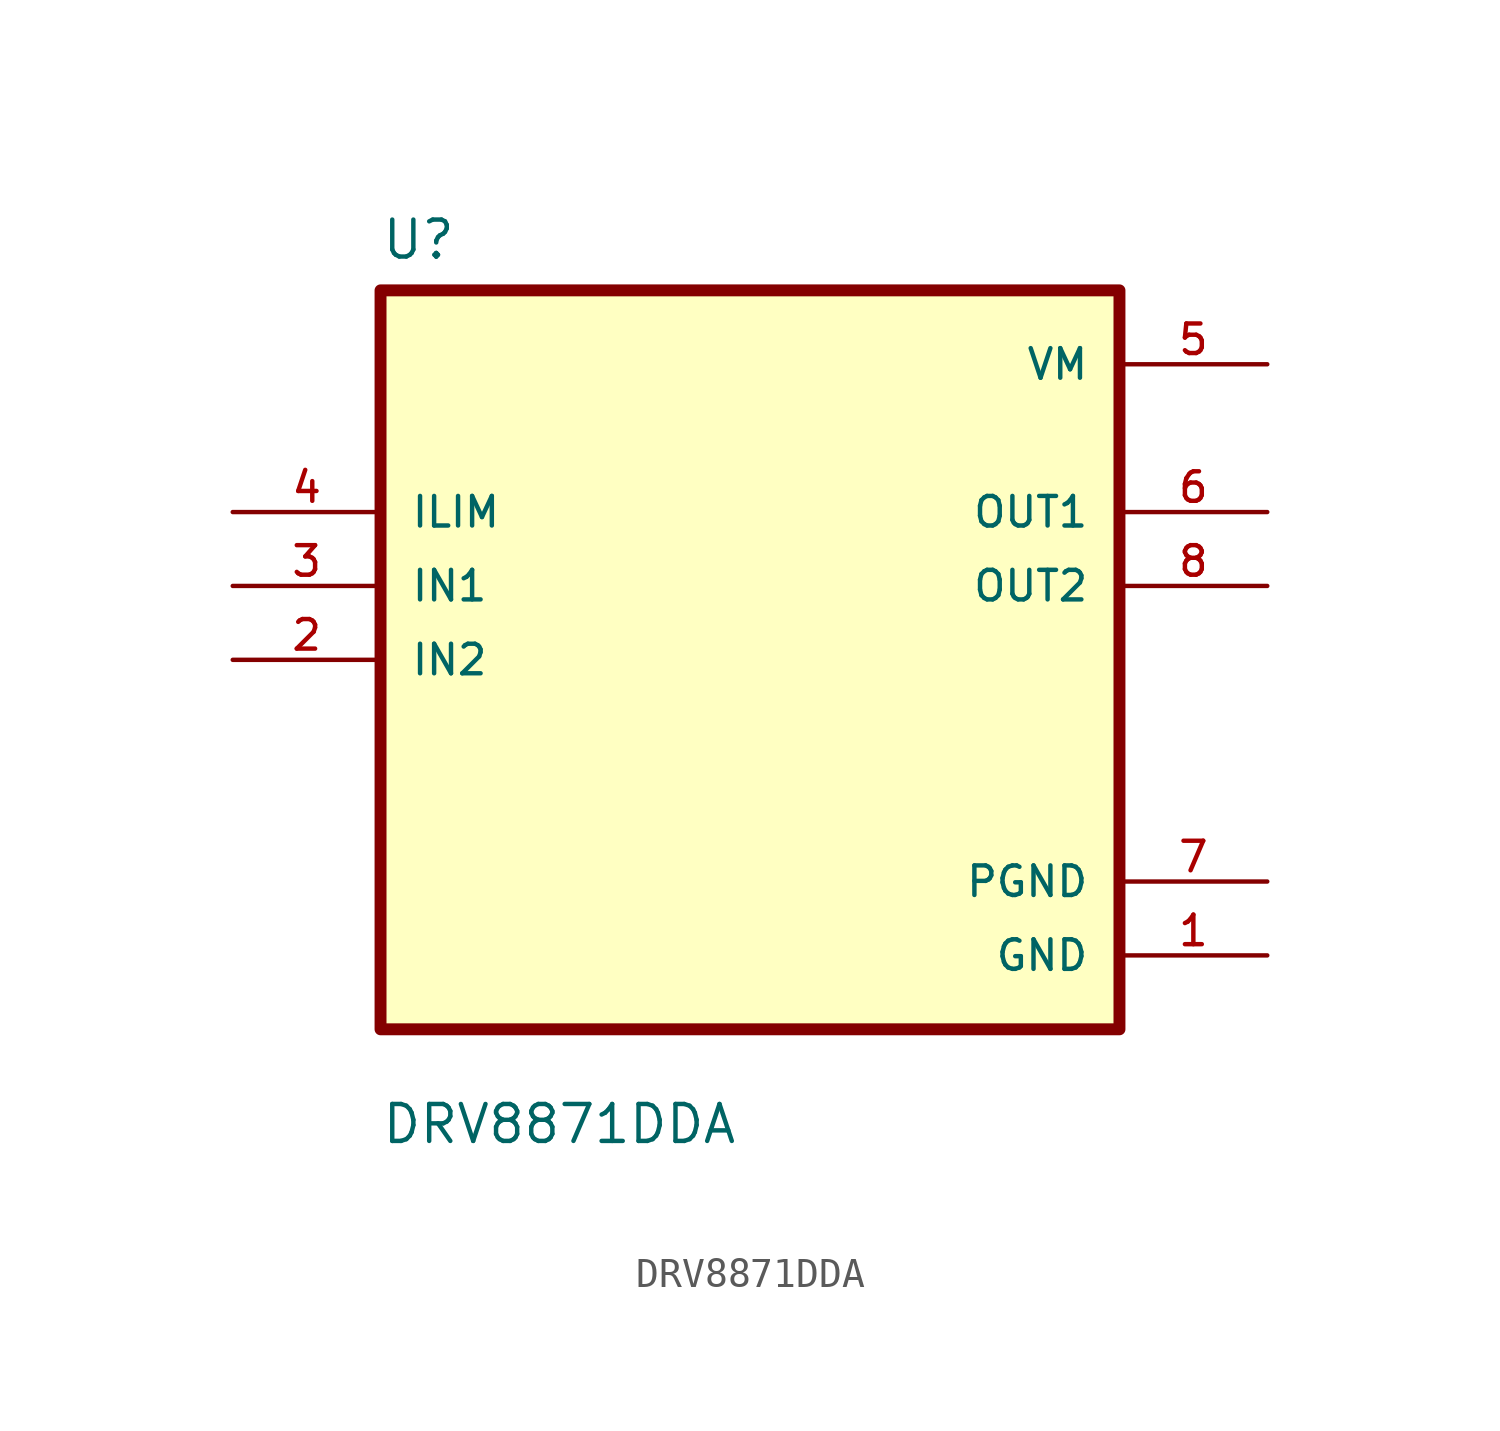
<source format=kicad_sym>
(kicad_symbol_lib
  (version 20211014)
  (generator kicad_symbol_editor)
  (symbol "DRV8871DDA"
    (pin_names
      (offset 1.016))
    (property "Reference" "U"
      (at -12.7 13.7 0.0)
      (effects (font (size 1.27 1.27)) (justify bottom left)))
    (property "Value" "DRV8871DDA"
      (at -12.7 -16.7 0.0)
      (effects (font (size 1.27 1.27)) (justify bottom left)))
    (symbol "DRV8871DDA_0_0"
      (rectangle (start -12.7 -12.7) (end 12.7 12.7) (stroke (width 0.41)) (fill (type background)))
      (pin input line (at -17.78 5.08 0) (length 5.08) (name "ILIM" (effects (font (size 1.016 1.016)))) (number "4" (effects (font (size 1.016 1.016)))))
      (pin input line (at -17.78 2.54 0) (length 5.08) (name "IN1" (effects (font (size 1.016 1.016)))) (number "3" (effects (font (size 1.016 1.016)))))
      (pin input line (at -17.78 -8.88178e-16 0) (length 5.08) (name "IN2" (effects (font (size 1.016 1.016)))) (number "2" (effects (font (size 1.016 1.016)))))
      (pin power_in line (at 17.78 10.16 180.0) (length 5.08) (name "VM" (effects (font (size 1.016 1.016)))) (number "5" (effects (font (size 1.016 1.016)))))
      (pin output line (at 17.78 5.08 180.0) (length 5.08) (name "OUT1" (effects (font (size 1.016 1.016)))) (number "6" (effects (font (size 1.016 1.016)))))
      (pin output line (at 17.78 2.54 180.0) (length 5.08) (name "OUT2" (effects (font (size 1.016 1.016)))) (number "8" (effects (font (size 1.016 1.016)))))
      (pin power_in line (at 17.78 -7.62 180.0) (length 5.08) (name "PGND" (effects (font (size 1.016 1.016)))) (number "7" (effects (font (size 1.016 1.016)))))
      (pin power_in line (at 17.78 -10.16 180.0) (length 5.08) (name "GND" (effects (font (size 1.016 1.016)))) (number "1" (effects (font (size 1.016 1.016))))))))
</source>
